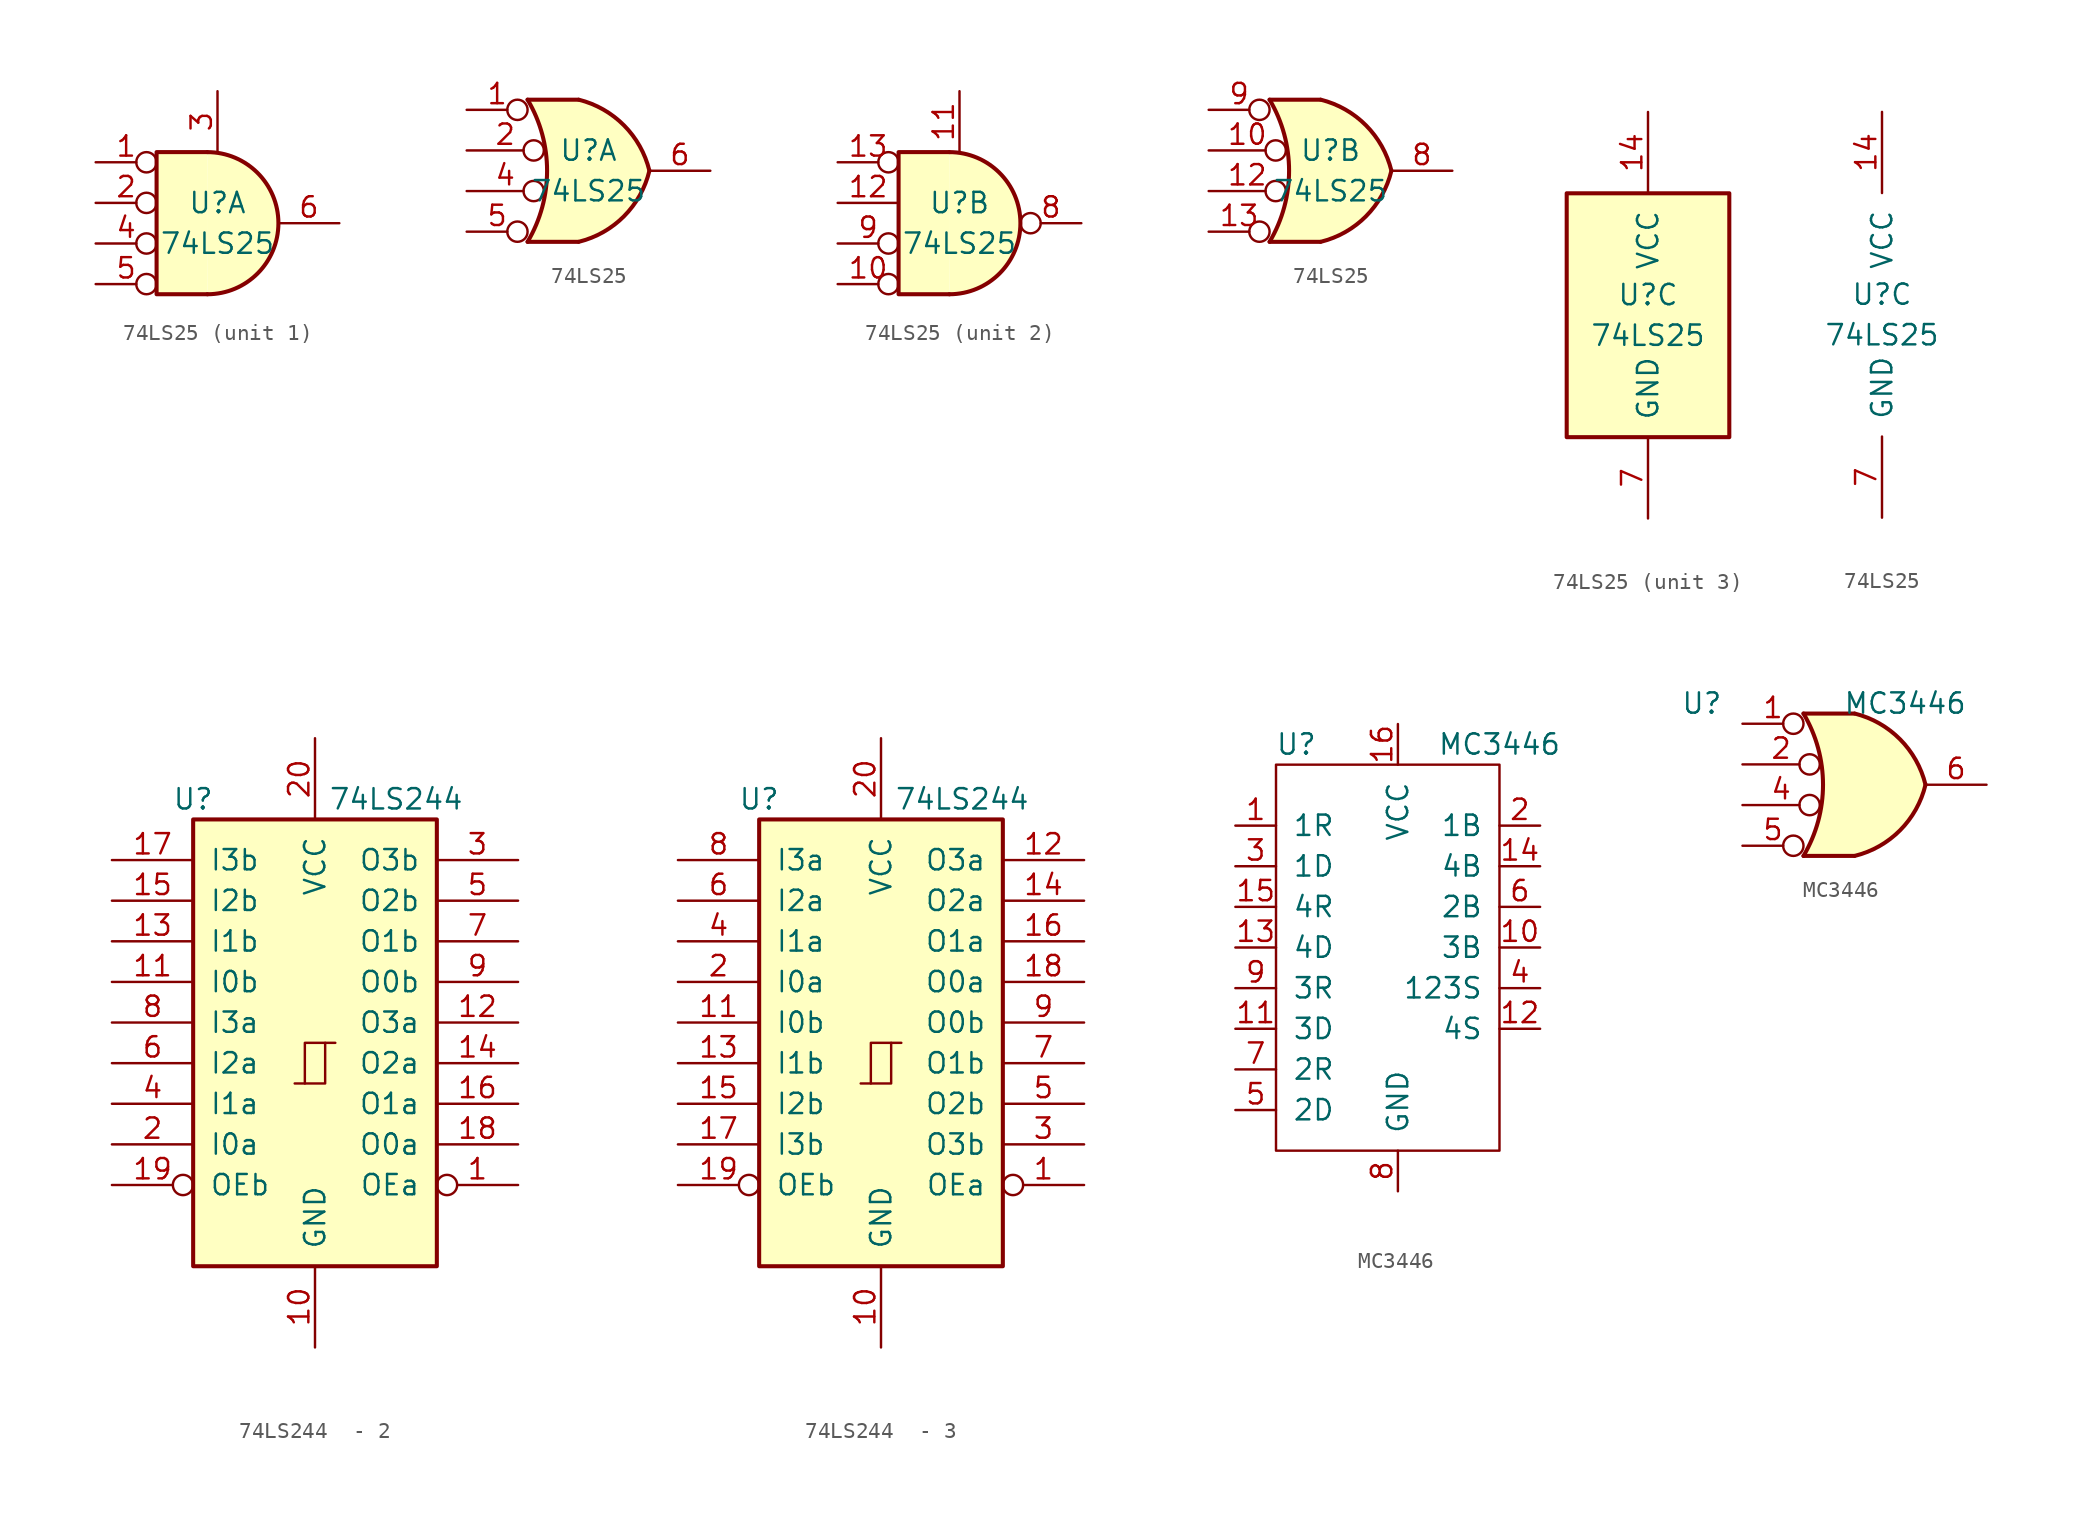
<source format=kicad_sym>
(kicad_symbol_lib
  (version 20220914)
  (generator kicad_symbol_editor)
  (symbol "74LS25"
    (pin_names
      (offset 1.016))
    (property "Reference" "U"
      (at 0 1.27 0)
      (effects (font (size 1.27 1.27))))
    (property "Value" "74LS25"
      (at 0 -1.27 0)
      (effects (font (size 1.27 1.27))))
    (property "ki_locked" ""
      (at 0 0 0)
      (effects (font (size 1.27 1.27))))
    (symbol "74LS25_1_1"
      (arc (start -0.635 -4.445) (mid 3.7907 0) (end -0.635 4.445) (stroke (width 0.254) (type default)) (fill (type background)))
      (polyline (pts (xy -0.635 4.445) (xy -3.81 4.445) (xy -3.81 -4.445) (xy -0.635 -4.445)) (stroke (width 0.254) (type default)) (fill (type background)))
      (pin input inverted (at -7.62 3.81 0) (length 3.81) (name "~" (effects (font (size 1.27 1.27)))) (number "1" (effects (font (size 1.27 1.27)))))
      (pin input inverted (at -7.62 1.27 0) (length 3.81) (name "~" (effects (font (size 1.27 1.27)))) (number "2" (effects (font (size 1.27 1.27)))))
      (pin input line (at 0 8.255 270) (length 3.81) (name "" (effects (font (size 1.27 1.27)))) (number "3" (effects (font (size 1.27 1.27)))))
      (pin input inverted (at -7.62 -1.27 0) (length 3.81) (name "~" (effects (font (size 1.27 1.27)))) (number "4" (effects (font (size 1.27 1.27)))))
      (pin input inverted (at -7.62 -3.81 0) (length 3.81) (name "~" (effects (font (size 1.27 1.27)))) (number "5" (effects (font (size 1.27 1.27)))))
      (pin output line (at 7.62 0 180) (length 3.81) (name "~" (effects (font (size 1.27 1.27)))) (number "6" (effects (font (size 1.27 1.27))))))
    (symbol "74LS25_1_2"
      (arc (start -3.81 -4.445) (mid -2.5908 0) (end -3.81 4.445) (stroke (width 0.254) (type default)) (fill (type none)))
      (arc (start -0.6096 -4.445) (mid 2.2246 -2.8422) (end 3.81 0) (stroke (width 0.254) (type default)) (fill (type background)))
      (polyline (pts (xy -3.81 -4.445) (xy -0.635 -4.445)) (stroke (width 0.254) (type default)) (fill (type background)))
      (polyline (pts (xy -3.81 4.445) (xy -0.635 4.445)) (stroke (width 0.254) (type default)) (fill (type background)))
      (polyline (pts (xy -0.635 4.445) (xy -3.81 4.445) (xy -3.81 4.445) (xy -3.632 4.089) (xy -3.099 2.921) (xy -2.769 1.676) (xy -2.616 0.432) (xy -2.642 -0.864) (xy -2.87 -2.108) (xy -3.251 -3.327) (xy -3.81 -4.445) (xy -3.81 -4.445) (xy -0.635 -4.445)) (stroke (width -25.4) (type default)) (fill (type background)))
      (arc (start 3.81 0) (mid 2.2204 2.8379) (end -0.6096 4.445) (stroke (width 0.254) (type default)) (fill (type background)))
      (pin input inverted (at -7.62 3.81 0) (length 3.81) (name "~" (effects (font (size 1.27 1.27)))) (number "1" (effects (font (size 1.27 1.27)))))
      (pin input inverted (at -7.62 1.27 0) (length 4.826) (name "~" (effects (font (size 1.27 1.27)))) (number "2" (effects (font (size 1.27 1.27)))))
      (pin input inverted (at -7.62 -1.27 0) (length 4.826) (name "~" (effects (font (size 1.27 1.27)))) (number "4" (effects (font (size 1.27 1.27)))))
      (pin input inverted (at -7.62 -3.81 0) (length 3.81) (name "~" (effects (font (size 1.27 1.27)))) (number "5" (effects (font (size 1.27 1.27)))))
      (pin output line (at 7.62 0 180) (length 3.81) (name "~" (effects (font (size 1.27 1.27)))) (number "6" (effects (font (size 1.27 1.27))))))
    (symbol "74LS25_2_1"
      (arc (start -0.635 -4.445) (mid 3.7907 0) (end -0.635 4.445) (stroke (width 0.254) (type default)) (fill (type background)))
      (polyline (pts (xy -0.635 4.445) (xy -3.81 4.445) (xy -3.81 -4.445) (xy -0.635 -4.445)) (stroke (width 0.254) (type default)) (fill (type background)))
      (pin input inverted (at -7.62 -3.81 0) (length 3.81) (name "~" (effects (font (size 1.27 1.27)))) (number "10" (effects (font (size 1.27 1.27)))))
      (pin input line (at 0 8.255 270) (length 3.81) (name "" (effects (font (size 1.27 1.27)))) (number "11" (effects (font (size 1.27 1.27)))))
      (pin input line (at -7.62 1.27 0) (length 3.81) (name "~" (effects (font (size 1.27 1.27)))) (number "12" (effects (font (size 1.27 1.27)))))
      (pin input inverted (at -7.62 3.81 0) (length 3.81) (name "~" (effects (font (size 1.27 1.27)))) (number "13" (effects (font (size 1.27 1.27)))))
      (pin output inverted (at 7.62 0 180) (length 3.81) (name "~" (effects (font (size 1.27 1.27)))) (number "8" (effects (font (size 1.27 1.27)))))
      (pin input inverted (at -7.62 -1.27 0) (length 3.81) (name "~" (effects (font (size 1.27 1.27)))) (number "9" (effects (font (size 1.27 1.27))))))
    (symbol "74LS25_2_2"
      (arc (start -3.81 -4.445) (mid -2.5908 0) (end -3.81 4.445) (stroke (width 0.254) (type default)) (fill (type none)))
      (arc (start -0.6096 -4.445) (mid 2.2246 -2.8422) (end 3.81 0) (stroke (width 0.254) (type default)) (fill (type background)))
      (polyline (pts (xy -3.81 -4.445) (xy -0.635 -4.445)) (stroke (width 0.254) (type default)) (fill (type background)))
      (polyline (pts (xy -3.81 4.445) (xy -0.635 4.445)) (stroke (width 0.254) (type default)) (fill (type background)))
      (polyline (pts (xy -0.635 4.445) (xy -3.81 4.445) (xy -3.81 4.445) (xy -3.632 4.089) (xy -3.099 2.921) (xy -2.769 1.676) (xy -2.616 0.432) (xy -2.642 -0.864) (xy -2.87 -2.108) (xy -3.251 -3.327) (xy -3.81 -4.445) (xy -3.81 -4.445) (xy -0.635 -4.445)) (stroke (width -25.4) (type default)) (fill (type background)))
      (arc (start 3.81 0) (mid 2.2204 2.8379) (end -0.6096 4.445) (stroke (width 0.254) (type default)) (fill (type background)))
      (pin input inverted (at -7.62 1.27 0) (length 4.826) (name "~" (effects (font (size 1.27 1.27)))) (number "10" (effects (font (size 1.27 1.27)))))
      (pin input inverted (at -7.62 -1.27 0) (length 4.826) (name "~" (effects (font (size 1.27 1.27)))) (number "12" (effects (font (size 1.27 1.27)))))
      (pin input inverted (at -7.62 -3.81 0) (length 3.81) (name "~" (effects (font (size 1.27 1.27)))) (number "13" (effects (font (size 1.27 1.27)))))
      (pin output line (at 7.62 0 180) (length 3.81) (name "~" (effects (font (size 1.27 1.27)))) (number "8" (effects (font (size 1.27 1.27)))))
      (pin input inverted (at -7.62 3.81 0) (length 3.81) (name "~" (effects (font (size 1.27 1.27)))) (number "9" (effects (font (size 1.27 1.27))))))
    (symbol "74LS25_3_0"
      (pin power_in line (at 0 12.7 270) (length 5.08) (name "VCC" (effects (font (size 1.27 1.27)))) (number "14" (effects (font (size 1.27 1.27)))))
      (pin power_in line (at 0 -12.7 90) (length 5.08) (name "GND" (effects (font (size 1.27 1.27)))) (number "7" (effects (font (size 1.27 1.27))))))
    (symbol "74LS25_3_1"
      (rectangle (start -5.08 7.62) (end 5.08 -7.62) (stroke (width 0.254) (type default)) (fill (type background)))))
  (symbol "74LS244  - 2"
    (pin_names
      (offset 1.016))
    (property "Reference" "U"
      (at -7.62 16.51 0)
      (effects (font (size 1.27 1.27))))
    (property "Value" "74LS244"
      (at 5.08 16.51 0)
      (effects (font (size 1.27 1.27))))
    (symbol "74LS244  - 2_1_0"
      (polyline (pts (xy -0.635 -1.27) (xy -0.635 1.27) (xy 0.635 1.27)) (stroke (width 0) (type default)) (fill (type none)))
      (polyline (pts (xy -1.27 -1.27) (xy 0.635 -1.27) (xy 0.635 1.27) (xy 1.27 1.27)) (stroke (width 0) (type default)) (fill (type none)))
      (pin input inverted (at 12.7 -7.62 180) (length 5.08) (name "OEa" (effects (font (size 1.27 1.27)))) (number "1" (effects (font (size 1.27 1.27)))))
      (pin power_in line (at 0 -17.78 90) (length 5.08) (name "GND" (effects (font (size 1.27 1.27)))) (number "10" (effects (font (size 1.27 1.27)))))
      (pin input line (at -12.7 5.08 0) (length 5.08) (name "I0b" (effects (font (size 1.27 1.27)))) (number "11" (effects (font (size 1.27 1.27)))))
      (pin tri_state line (at 12.7 2.54 180) (length 5.08) (name "O3a" (effects (font (size 1.27 1.27)))) (number "12" (effects (font (size 1.27 1.27)))))
      (pin input line (at -12.7 7.62 0) (length 5.08) (name "I1b" (effects (font (size 1.27 1.27)))) (number "13" (effects (font (size 1.27 1.27)))))
      (pin tri_state line (at 12.7 0 180) (length 5.08) (name "O2a" (effects (font (size 1.27 1.27)))) (number "14" (effects (font (size 1.27 1.27)))))
      (pin input line (at -12.7 10.16 0) (length 5.08) (name "I2b" (effects (font (size 1.27 1.27)))) (number "15" (effects (font (size 1.27 1.27)))))
      (pin tri_state line (at 12.7 -2.54 180) (length 5.08) (name "O1a" (effects (font (size 1.27 1.27)))) (number "16" (effects (font (size 1.27 1.27)))))
      (pin input line (at -12.7 12.7 0) (length 5.08) (name "I3b" (effects (font (size 1.27 1.27)))) (number "17" (effects (font (size 1.27 1.27)))))
      (pin tri_state line (at 12.7 -5.08 180) (length 5.08) (name "O0a" (effects (font (size 1.27 1.27)))) (number "18" (effects (font (size 1.27 1.27)))))
      (pin input inverted (at -12.7 -7.62 0) (length 5.08) (name "OEb" (effects (font (size 1.27 1.27)))) (number "19" (effects (font (size 1.27 1.27)))))
      (pin input line (at -12.7 -5.08 0) (length 5.08) (name "I0a" (effects (font (size 1.27 1.27)))) (number "2" (effects (font (size 1.27 1.27)))))
      (pin power_in line (at 0 20.32 270) (length 5.08) (name "VCC" (effects (font (size 1.27 1.27)))) (number "20" (effects (font (size 1.27 1.27)))))
      (pin tri_state line (at 12.7 12.7 180) (length 5.08) (name "O3b" (effects (font (size 1.27 1.27)))) (number "3" (effects (font (size 1.27 1.27)))))
      (pin input line (at -12.7 -2.54 0) (length 5.08) (name "I1a" (effects (font (size 1.27 1.27)))) (number "4" (effects (font (size 1.27 1.27)))))
      (pin tri_state line (at 12.7 10.16 180) (length 5.08) (name "O2b" (effects (font (size 1.27 1.27)))) (number "5" (effects (font (size 1.27 1.27)))))
      (pin input line (at -12.7 0 0) (length 5.08) (name "I2a" (effects (font (size 1.27 1.27)))) (number "6" (effects (font (size 1.27 1.27)))))
      (pin tri_state line (at 12.7 7.62 180) (length 5.08) (name "O1b" (effects (font (size 1.27 1.27)))) (number "7" (effects (font (size 1.27 1.27)))))
      (pin input line (at -12.7 2.54 0) (length 5.08) (name "I3a" (effects (font (size 1.27 1.27)))) (number "8" (effects (font (size 1.27 1.27)))))
      (pin tri_state line (at 12.7 5.08 180) (length 5.08) (name "O0b" (effects (font (size 1.27 1.27)))) (number "9" (effects (font (size 1.27 1.27))))))
    (symbol "74LS244  - 2_1_1"
      (rectangle (start -7.62 15.24) (end 7.62 -12.7) (stroke (width 0.254) (type default)) (fill (type background)))))
  (symbol "74LS244  - 3"
    (pin_names
      (offset 1.016))
    (property "Reference" "U"
      (at -7.62 16.51 0)
      (effects (font (size 1.27 1.27))))
    (property "Value" "74LS244"
      (at 5.08 16.51 0)
      (effects (font (size 1.27 1.27))))
    (symbol "74LS244  - 3_1_0"
      (polyline (pts (xy -0.635 -1.27) (xy -0.635 1.27) (xy 0.635 1.27)) (stroke (width 0) (type default)) (fill (type none)))
      (polyline (pts (xy -1.27 -1.27) (xy 0.635 -1.27) (xy 0.635 1.27) (xy 1.27 1.27)) (stroke (width 0) (type default)) (fill (type none)))
      (pin input inverted (at 12.7 -7.62 180) (length 5.08) (name "OEa" (effects (font (size 1.27 1.27)))) (number "1" (effects (font (size 1.27 1.27)))))
      (pin power_in line (at 0 -17.78 90) (length 5.08) (name "GND" (effects (font (size 1.27 1.27)))) (number "10" (effects (font (size 1.27 1.27)))))
      (pin input line (at -12.7 2.54 0) (length 5.08) (name "I0b" (effects (font (size 1.27 1.27)))) (number "11" (effects (font (size 1.27 1.27)))))
      (pin tri_state line (at 12.7 12.7 180) (length 5.08) (name "O3a" (effects (font (size 1.27 1.27)))) (number "12" (effects (font (size 1.27 1.27)))))
      (pin input line (at -12.7 0 0) (length 5.08) (name "I1b" (effects (font (size 1.27 1.27)))) (number "13" (effects (font (size 1.27 1.27)))))
      (pin tri_state line (at 12.7 10.16 180) (length 5.08) (name "O2a" (effects (font (size 1.27 1.27)))) (number "14" (effects (font (size 1.27 1.27)))))
      (pin input line (at -12.7 -2.54 0) (length 5.08) (name "I2b" (effects (font (size 1.27 1.27)))) (number "15" (effects (font (size 1.27 1.27)))))
      (pin tri_state line (at 12.7 7.62 180) (length 5.08) (name "O1a" (effects (font (size 1.27 1.27)))) (number "16" (effects (font (size 1.27 1.27)))))
      (pin input line (at -12.7 -5.08 0) (length 5.08) (name "I3b" (effects (font (size 1.27 1.27)))) (number "17" (effects (font (size 1.27 1.27)))))
      (pin tri_state line (at 12.7 5.08 180) (length 5.08) (name "O0a" (effects (font (size 1.27 1.27)))) (number "18" (effects (font (size 1.27 1.27)))))
      (pin input inverted (at -12.7 -7.62 0) (length 5.08) (name "OEb" (effects (font (size 1.27 1.27)))) (number "19" (effects (font (size 1.27 1.27)))))
      (pin input line (at -12.7 5.08 0) (length 5.08) (name "I0a" (effects (font (size 1.27 1.27)))) (number "2" (effects (font (size 1.27 1.27)))))
      (pin power_in line (at 0 20.32 270) (length 5.08) (name "VCC" (effects (font (size 1.27 1.27)))) (number "20" (effects (font (size 1.27 1.27)))))
      (pin tri_state line (at 12.7 -5.08 180) (length 5.08) (name "O3b" (effects (font (size 1.27 1.27)))) (number "3" (effects (font (size 1.27 1.27)))))
      (pin input line (at -12.7 7.62 0) (length 5.08) (name "I1a" (effects (font (size 1.27 1.27)))) (number "4" (effects (font (size 1.27 1.27)))))
      (pin tri_state line (at 12.7 -2.54 180) (length 5.08) (name "O2b" (effects (font (size 1.27 1.27)))) (number "5" (effects (font (size 1.27 1.27)))))
      (pin input line (at -12.7 10.16 0) (length 5.08) (name "I2a" (effects (font (size 1.27 1.27)))) (number "6" (effects (font (size 1.27 1.27)))))
      (pin tri_state line (at 12.7 0 180) (length 5.08) (name "O1b" (effects (font (size 1.27 1.27)))) (number "7" (effects (font (size 1.27 1.27)))))
      (pin input line (at -12.7 12.7 0) (length 5.08) (name "I3a" (effects (font (size 1.27 1.27)))) (number "8" (effects (font (size 1.27 1.27)))))
      (pin tri_state line (at 12.7 2.54 180) (length 5.08) (name "O0b" (effects (font (size 1.27 1.27)))) (number "9" (effects (font (size 1.27 1.27))))))
    (symbol "74LS244  - 3_1_1"
      (rectangle (start -7.62 15.24) (end 7.62 -12.7) (stroke (width 0.254) (type default)) (fill (type background)))))
  (symbol "MC3446"
    (pin_names
      (offset 1.016))
    (property "Reference" "U"
      (at -10.16 5.08 0)
      (effects (font (size 1.27 1.27))))
    (property "Value" "MC3446"
      (at 2.54 5.08 0)
      (effects (font (size 1.27 1.27))))
    (symbol "MC3446_0_1"
      (rectangle (start -11.43 3.81) (end 2.54 -20.32) (stroke (width 0) (type default)) (fill (type none))))
    (symbol "MC3446_1_1"
      (pin input line (at -13.97 0 0) (length 2.54) (name "1R" (effects (font (size 1.27 1.27)))) (number "1" (effects (font (size 1.27 1.27)))))
      (pin bidirectional line (at 5.08 -7.62 180) (length 2.54) (name "3B" (effects (font (size 1.27 1.27)))) (number "10" (effects (font (size 1.27 1.27)))))
      (pin output line (at -13.97 -12.7 0) (length 2.54) (name "3D" (effects (font (size 1.27 1.27)))) (number "11" (effects (font (size 1.27 1.27)))))
      (pin input line (at 5.08 -12.7 180) (length 2.54) (name "4S" (effects (font (size 1.27 1.27)))) (number "12" (effects (font (size 1.27 1.27)))))
      (pin output line (at -13.97 -7.62 0) (length 2.54) (name "4D" (effects (font (size 1.27 1.27)))) (number "13" (effects (font (size 1.27 1.27)))))
      (pin bidirectional line (at 5.08 -2.54 180) (length 2.54) (name "4B" (effects (font (size 1.27 1.27)))) (number "14" (effects (font (size 1.27 1.27)))))
      (pin input line (at -13.97 -5.08 0) (length 2.54) (name "4R" (effects (font (size 1.27 1.27)))) (number "15" (effects (font (size 1.27 1.27)))))
      (pin power_in line (at -3.81 6.35 270) (length 2.54) (name "VCC" (effects (font (size 1.27 1.27)))) (number "16" (effects (font (size 1.27 1.27)))))
      (pin bidirectional line (at 5.08 0 180) (length 2.54) (name "1B" (effects (font (size 1.27 1.27)))) (number "2" (effects (font (size 1.27 1.27)))))
      (pin output line (at -13.97 -2.54 0) (length 2.54) (name "1D" (effects (font (size 1.27 1.27)))) (number "3" (effects (font (size 1.27 1.27)))))
      (pin input line (at 5.08 -10.16 180) (length 2.54) (name "123S" (effects (font (size 1.27 1.27)))) (number "4" (effects (font (size 1.27 1.27)))))
      (pin output line (at -13.97 -17.78 0) (length 2.54) (name "2D" (effects (font (size 1.27 1.27)))) (number "5" (effects (font (size 1.27 1.27)))))
      (pin bidirectional line (at 5.08 -5.08 180) (length 2.54) (name "2B" (effects (font (size 1.27 1.27)))) (number "6" (effects (font (size 1.27 1.27)))))
      (pin input line (at -13.97 -15.24 0) (length 2.54) (name "2R" (effects (font (size 1.27 1.27)))) (number "7" (effects (font (size 1.27 1.27)))))
      (pin power_in line (at -3.81 -22.86 90) (length 2.54) (name "GND" (effects (font (size 1.27 1.27)))) (number "8" (effects (font (size 1.27 1.27)))))
      (pin input line (at -13.97 -10.16 0) (length 2.54) (name "3R" (effects (font (size 1.27 1.27)))) (number "9" (effects (font (size 1.27 1.27))))))
    (symbol "MC3446_1_2"
      (arc (start -3.81 -4.445) (mid -2.5908 0) (end -3.81 4.445) (stroke (width 0.254) (type default)) (fill (type none)))
      (arc (start -0.6096 -4.445) (mid 2.2246 -2.8422) (end 3.81 0) (stroke (width 0.254) (type default)) (fill (type background)))
      (polyline (pts (xy -3.81 -4.445) (xy -0.635 -4.445)) (stroke (width 0.254) (type default)) (fill (type background)))
      (polyline (pts (xy -3.81 4.445) (xy -0.635 4.445)) (stroke (width 0.254) (type default)) (fill (type background)))
      (polyline (pts (xy -0.635 4.445) (xy -3.81 4.445) (xy -3.81 4.445) (xy -3.632 4.089) (xy -3.099 2.921) (xy -2.769 1.676) (xy -2.616 0.432) (xy -2.642 -0.864) (xy -2.87 -2.108) (xy -3.251 -3.327) (xy -3.81 -4.445) (xy -3.81 -4.445) (xy -0.635 -4.445)) (stroke (width -25.4) (type default)) (fill (type background)))
      (arc (start 3.81 0) (mid 2.2204 2.8379) (end -0.6096 4.445) (stroke (width 0.254) (type default)) (fill (type background)))
      (pin input inverted (at -7.62 3.81 0) (length 3.81) (name "~" (effects (font (size 1.27 1.27)))) (number "1" (effects (font (size 1.27 1.27)))))
      (pin input inverted (at -7.62 1.27 0) (length 4.826) (name "~" (effects (font (size 1.27 1.27)))) (number "2" (effects (font (size 1.27 1.27)))))
      (pin input inverted (at -7.62 -1.27 0) (length 4.826) (name "~" (effects (font (size 1.27 1.27)))) (number "4" (effects (font (size 1.27 1.27)))))
      (pin input inverted (at -7.62 -3.81 0) (length 3.81) (name "~" (effects (font (size 1.27 1.27)))) (number "5" (effects (font (size 1.27 1.27)))))
      (pin output line (at 7.62 0 180) (length 3.81) (name "~" (effects (font (size 1.27 1.27)))) (number "6" (effects (font (size 1.27 1.27))))))))
</source>
